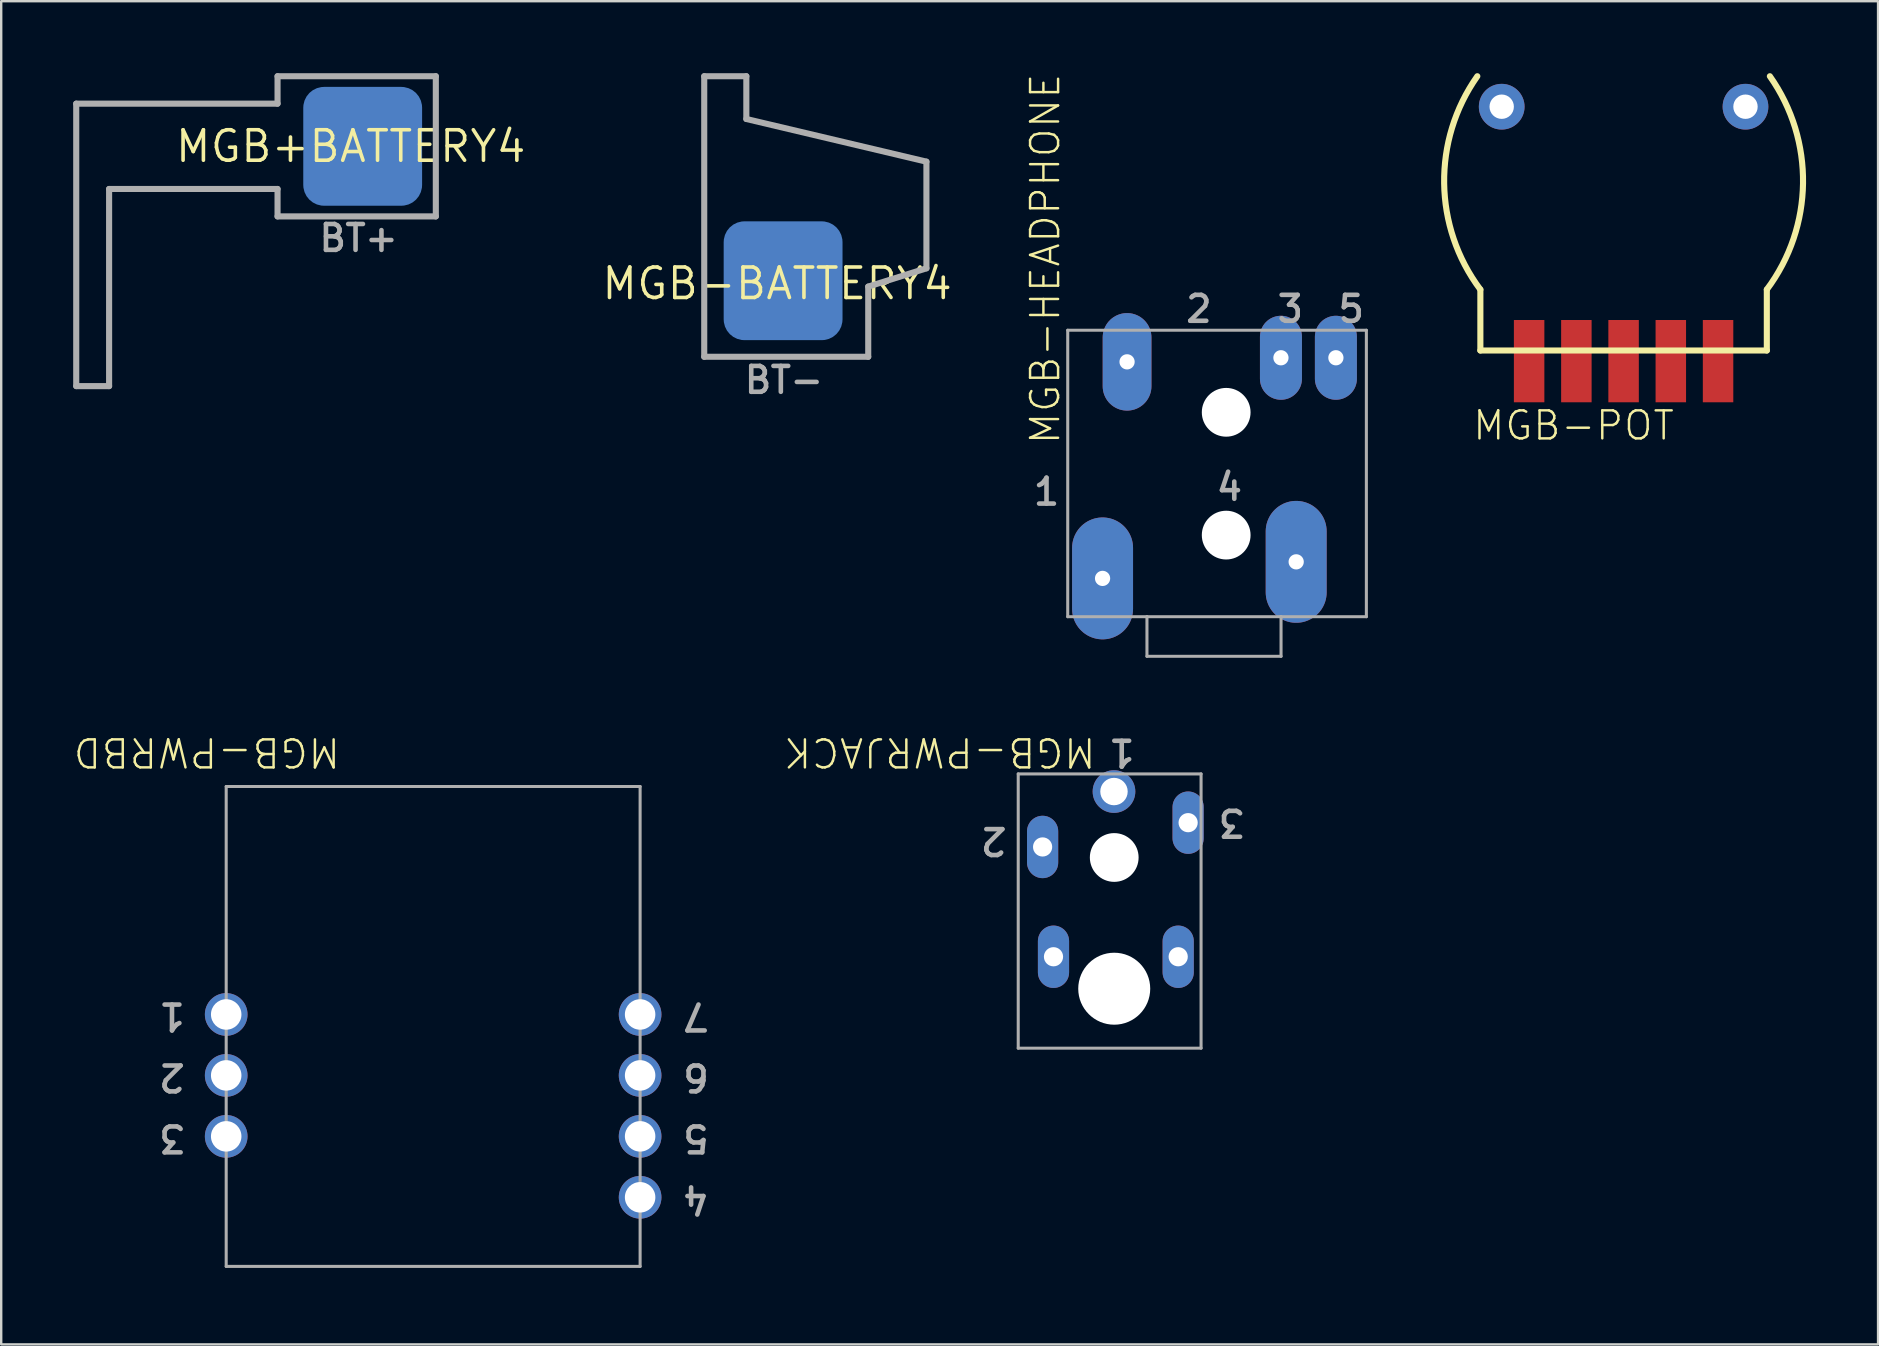
<source format=kicad_pcb>
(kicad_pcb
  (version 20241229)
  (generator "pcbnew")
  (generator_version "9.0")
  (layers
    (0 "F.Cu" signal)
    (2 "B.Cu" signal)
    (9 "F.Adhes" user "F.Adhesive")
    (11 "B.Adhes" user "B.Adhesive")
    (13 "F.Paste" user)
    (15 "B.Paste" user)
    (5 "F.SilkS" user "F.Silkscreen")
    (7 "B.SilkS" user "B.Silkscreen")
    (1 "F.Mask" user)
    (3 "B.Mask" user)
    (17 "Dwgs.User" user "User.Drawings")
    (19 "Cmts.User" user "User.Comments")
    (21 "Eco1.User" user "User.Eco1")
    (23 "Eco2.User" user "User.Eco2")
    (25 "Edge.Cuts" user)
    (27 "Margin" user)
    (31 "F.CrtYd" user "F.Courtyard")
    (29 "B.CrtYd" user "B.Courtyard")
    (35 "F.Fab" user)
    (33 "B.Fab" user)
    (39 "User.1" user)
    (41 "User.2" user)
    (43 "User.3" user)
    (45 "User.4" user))
  (footprint "MGB-PWRBD"
    (layer "F.Cu")
    (at 6.627 49.728)
    (property "Reference" "MGB-PWRBD" (at 4.572 -22.113 180) (unlocked yes) (layer "F.SilkS") (effects (font (size 1.168 1.168) (thickness 0.102)) (justify left bottom)))
    (fp_line (start -0.25 -20) (end -0.25 0) (stroke (width 0.127) (type solid)) (layer "F.Fab"))
    (fp_line (start -0.25 0) (end 17 0) (stroke (width 0.127) (type solid)) (layer "F.Fab"))
    (fp_line (start 17 -20) (end -0.25 -20) (stroke (width 0.127) (type solid)) (layer "F.Fab"))
    (fp_line (start 17 0) (end 17 -20) (stroke (width 0.127) (type solid)) (layer "F.Fab"))
    (fp_text user "6" (at 19.97 -8.515 180) (unlocked yes) (layer "F.Fab") (effects (font (size 1.079 1.079) (thickness 0.191)) (justify left bottom)))
    (fp_text user "1" (at -1.87 -11.055 180) (unlocked yes) (layer "F.Fab") (effects (font (size 1.079 1.079) (thickness 0.191)) (justify left bottom)))
    (fp_text user "7" (at 19.97 -11.055 180) (unlocked yes) (layer "F.Fab") (effects (font (size 1.079 1.079) (thickness 0.191)) (justify left bottom)))
    (fp_text user "4" (at 19.97 -3.435 180) (unlocked yes) (layer "F.Fab") (effects (font (size 1.079 1.079) (thickness 0.191)) (justify left bottom)))
    (fp_text user "3" (at -1.87 -5.975 180) (unlocked yes) (layer "F.Fab") (effects (font (size 1.079 1.079) (thickness 0.191)) (justify left bottom)))
    (fp_text user "2" (at -1.87 -8.515 180) (unlocked yes) (layer "F.Fab") (effects (font (size 1.079 1.079) (thickness 0.191)) (justify left bottom)))
    (fp_text user "5" (at 19.97 -5.975 180) (unlocked yes) (layer "F.Fab") (effects (font (size 1.079 1.079) (thickness 0.191)) (justify left bottom)))
    (pad "1" thru_hole circle (at -0.25 -10.5 90) (size 1.778 1.778) (drill 1.27) (layers "*.Cu" "*.Mask"))
    (pad "2" thru_hole circle (at -0.25 -7.96 90) (size 1.778 1.778) (drill 1.27) (layers "*.Cu" "*.Mask"))
    (pad "3" thru_hole circle (at -0.25 -5.42 90) (size 1.778 1.778) (drill 1.27) (layers "*.Cu" "*.Mask"))
    (pad "4" thru_hole circle (at 17 -2.88 90) (size 1.778 1.778) (drill 1.27) (layers "*.Cu" "*.Mask"))
    (pad "5" thru_hole circle (at 17 -5.42 90) (size 1.778 1.778) (drill 1.27) (layers "*.Cu" "*.Mask"))
    (pad "6" thru_hole circle (at 17 -7.96 90) (size 1.778 1.778) (drill 1.27) (layers "*.Cu" "*.Mask"))
    (pad "7" thru_hole circle (at 17 -10.5 90) (size 1.778 1.778) (drill 1.27) (layers "*.Cu" "*.Mask")))
  (footprint "MGB-PWRJACK"
    (layer "F.Cu")
    (at 47.005 27.933)
    (property "Reference" "MGB-PWRJACK" (at -4.318 -0.318 180) (unlocked yes) (layer "F.SilkS") (effects (font (size 1.168 1.168) (thickness 0.102)) (justify left bottom)))
    (fp_line (start -7.62 1.27) (end -7.62 12.7) (stroke (width 0.127) (type solid)) (layer "F.Fab"))
    (fp_line (start -7.62 12.7) (end 0 12.7) (stroke (width 0.127) (type solid)) (layer "F.Fab"))
    (fp_line (start 0 1.27) (end -7.62 1.27) (stroke (width 0.127) (type solid)) (layer "F.Fab"))
    (fp_line (start 0 1.27) (end 0 12.7) (stroke (width 0.127) (type solid)) (layer "F.Fab"))
    (fp_text user "1" (at -2.667 -0.254 180) (unlocked yes) (layer "F.Fab") (effects (font (size 1.079 1.079) (thickness 0.191)) (justify left bottom)))
    (fp_text user "2" (at -8.001 3.429 180) (unlocked yes) (layer "F.Fab") (effects (font (size 1.079 1.079) (thickness 0.191)) (justify left bottom)))
    (fp_text user "3" (at 1.905 2.667 180) (unlocked yes) (layer "F.Fab") (effects (font (size 1.079 1.079) (thickness 0.191)) (justify left bottom)))
    (pad "" np_thru_hole circle (at -3.619 4.753) (size 2.032 2.032) (drill 2.032) (layers "*.Cu" "*.Mask"))
    (pad "" np_thru_hole circle (at -3.619 10.222) (size 3 3) (drill 3) (layers "*.Cu" "*.Mask"))
    (pad "1" thru_hole circle (at -3.629 2.005 90) (size 1.778 1.778) (drill 1.143) (layers "*.Cu" "*.Mask"))
    (pad "2" thru_hole oval (at -6.604 4.314 90) (size 2.6 1.3) (drill 0.8) (layers "*.Cu" "*.Mask"))
    (pad "3" thru_hole oval (at -0.539 3.302 90) (size 2.6 1.3) (drill 0.8) (layers "*.Cu" "*.Mask"))
    (pad "4" thru_hole oval (at -6.15 8.89 270) (size 2.6 1.3) (drill 0.8) (layers "*.Cu" "*.Mask"))
    (pad "5" thru_hole oval (at -0.953 8.89 90) (size 2.6 1.3) (drill 0.8) (layers "*.Cu" "*.Mask")))
  (footprint "MGB-BATTERY4"
    (layer "F.Cu")
    (at 29.336 8.767)
    (property "Reference" "MGB-BATTERY4" (at 0 0 0) (layer "F.SilkS") (effects (font (size 1.27 1.27) (thickness 0.15))))
    (fp_line (start -3.037 -8.64) (end -3.037 3.052) (stroke (width 0.254) (type solid)) (layer "F.Fab"))
    (fp_line (start -3.037 -8.64) (end -1.282 -8.64) (stroke (width 0.254) (type solid)) (layer "F.Fab"))
    (fp_line (start -3.037 3.052) (end 3.798 3.052) (stroke (width 0.254) (type solid)) (layer "F.Fab"))
    (fp_line (start -1.282 -6.858) (end -1.282 -8.64) (stroke (width 0.254) (type solid)) (layer "F.Fab"))
    (fp_line (start 3.798 3.052) (end 3.798 0.127) (stroke (width 0.254) (type solid)) (layer "F.Fab"))
    (fp_line (start 6.223 -5.08) (end -1.282 -6.858) (stroke (width 0.254) (type solid)) (layer "F.Fab"))
    (fp_line (start 6.223 -5.08) (end 6.223 -0.635) (stroke (width 0.254) (type solid)) (layer "F.Fab"))
    (fp_line (start 6.223 -0.635) (end 3.798 0.127) (stroke (width 0.254) (type solid)) (layer "F.Fab"))
    (fp_text user "BT-" (at -1.46 4.653 0) (unlocked yes) (layer "F.Fab") (effects (font (size 1.079 1.079) (thickness 0.191)) (justify left bottom)))
    (pad "P$1" smd roundrect (at 0.25 -0.117) (size 4.953 4.953) (layers "B.Cu" "B.Mask" "B.Paste") (roundrect_rratio 0.175))
    (pad "P$3" smd roundrect (at 0.743 1.143) (size 2.959 1.397) (layers "F.Cu" "F.Mask") (roundrect_rratio 0.5))
    (pad "P$4" smd roundrect (at 0.26 -1.397) (size 3.937 1.397) (layers "F.Cu" "F.Mask") (roundrect_rratio 0.5)))
  (footprint "MGB-POT"
    (layer "F.Cu")
    (at 64.614 6.477)
    (property "Reference" "MGB-POT" (at -6.35 8.89 0) (unlocked yes) (layer "F.SilkS") (effects (font (size 1.168 1.168) (thickness 0.102)) (justify left bottom)))
    (fp_line (start -5.969 5.08) (end -5.969 2.54) (stroke (width 0.254) (type solid)) (layer "F.SilkS"))
    (fp_line (start 5.969 2.54) (end 5.969 5.08) (stroke (width 0.254) (type solid)) (layer "F.SilkS"))
    (fp_line (start 5.969 5.08) (end -5.969 5.08) (stroke (width 0.254) (type solid)) (layer "F.SilkS"))
    (fp_arc (start -5.969 2.54) (mid -7.477942 -1.88435) (end -6.096 -6.349999) (stroke (width 0.254) (type solid)) (layer "F.SilkS"))
    (fp_arc (start 6.096 -6.349999) (mid 7.477942 -1.88435) (end 5.969 2.54) (stroke (width 0.254) (type solid)) (layer "F.SilkS"))
    (pad "P$1" smd rect (at -3.937 5.524 90) (size 3.429 1.27) (layers "F.Cu" "F.Mask" "F.Paste"))
    (pad "P$2" smd rect (at -1.968 5.524 180) (size 1.27 3.429) (layers "F.Cu" "F.Mask" "F.Paste"))
    (pad "P$3" smd rect (at 0 5.524 180) (size 1.27 3.429) (layers "F.Cu" "F.Mask" "F.Paste"))
    (pad "P$4" smd rect (at 1.968 5.524) (size 1.27 3.429) (layers "F.Cu" "F.Mask" "F.Paste"))
    (pad "P$5" smd rect (at 3.937 5.524 180) (size 1.27 3.429) (layers "F.Cu" "F.Mask" "F.Paste"))
    (pad "P$6" thru_hole circle (at -5.08 -5.08) (size 1.905 1.905) (drill 1.016) (layers "*.Cu" "*.Mask"))
    (pad "P$7" thru_hole circle (at 5.08 -5.08) (size 1.905 1.905) (drill 1.016) (layers "*.Cu" "*.Mask")))
  (footprint "MGB+BATTERY4"
    (layer "F.Cu")
    (at 11.565 3.048)
    (property "Reference" "MGB+BATTERY4" (at 0 0 0) (layer "F.SilkS") (effects (font (size 1.27 1.27) (thickness 0.15))))
    (fp_line (start -11.438 -1.778) (end -11.438 9.994) (stroke (width 0.254) (type solid)) (layer "F.Fab"))
    (fp_line (start -11.438 9.994) (end -10.068 9.994) (stroke (width 0.254) (type solid)) (layer "F.Fab"))
    (fp_line (start -10.068 1.778) (end -10.068 9.994) (stroke (width 0.254) (type solid)) (layer "F.Fab"))
    (fp_line (start -3.048 -2.921) (end -3.048 -1.778) (stroke (width 0.254) (type solid)) (layer "F.Fab"))
    (fp_line (start -3.048 -2.921) (end 3.548 -2.921) (stroke (width 0.254) (type solid)) (layer "F.Fab"))
    (fp_line (start -3.048 -1.778) (end -11.438 -1.778) (stroke (width 0.254) (type solid)) (layer "F.Fab"))
    (fp_line (start -3.048 1.778) (end -10.068 1.778) (stroke (width 0.254) (type solid)) (layer "F.Fab"))
    (fp_line (start -3.048 2.921) (end -3.048 1.778) (stroke (width 0.254) (type solid)) (layer "F.Fab"))
    (fp_line (start -3.048 2.921) (end 3.548 2.921) (stroke (width 0.254) (type solid)) (layer "F.Fab"))
    (fp_line (start 3.548 2.921) (end 3.548 -2.921) (stroke (width 0.254) (type solid)) (layer "F.Fab"))
    (fp_text user "BT+" (at -1.413 4.457 0) (unlocked yes) (layer "F.Fab") (effects (font (size 1.079 1.079) (thickness 0.191)) (justify left bottom)))
    (pad "P$1" smd roundrect (at 0.5 0) (size 4.953 4.953) (layers "B.Cu" "B.Mask" "B.Paste") (roundrect_rratio 0.175))
    (pad "P$2" smd roundrect (at 0.997 -1.27) (size 2.959 1.397) (layers "F.Cu" "F.Mask") (roundrect_rratio 0.5))
    (pad "P$3" smd roundrect (at 0.514 1.27) (size 3.937 1.397) (layers "F.Cu" "F.Mask") (roundrect_rratio 0.5)))
  (footprint "MGB-HEADPHONE"
    (layer "F.Cu")
    (at 47.544 16.809)
    (property "Reference" "MGB-HEADPHONE" (at -6.35 -1.27 90) (unlocked yes) (layer "F.SilkS") (effects (font (size 1.168 1.168) (thickness 0.102)) (justify left bottom)))
    (fp_line (start -6.096 -6.096) (end 6.35 -6.096) (stroke (width 0.127) (type solid)) (layer "F.Fab"))
    (fp_line (start -6.096 5.842) (end -6.096 -6.096) (stroke (width 0.127) (type solid)) (layer "F.Fab"))
    (fp_line (start -2.794 5.842) (end -6.096 5.842) (stroke (width 0.127) (type solid)) (layer "F.Fab"))
    (fp_line (start -2.794 5.842) (end -2.794 7.493) (stroke (width 0.127) (type solid)) (layer "F.Fab"))
    (fp_line (start -2.794 7.493) (end 2.794 7.493) (stroke (width 0.127) (type solid)) (layer "F.Fab"))
    (fp_line (start 2.794 5.842) (end -2.794 5.842) (stroke (width 0.127) (type solid)) (layer "F.Fab"))
    (fp_line (start 2.794 7.493) (end 2.794 5.842) (stroke (width 0.127) (type solid)) (layer "F.Fab"))
    (fp_line (start 6.35 -6.096) (end 6.35 5.842) (stroke (width 0.127) (type solid)) (layer "F.Fab"))
    (fp_line (start 6.35 5.842) (end 2.794 5.842) (stroke (width 0.127) (type solid)) (layer "F.Fab"))
    (fp_text user "4" (at 0 1.07 0) (unlocked yes) (layer "F.Fab") (effects (font (size 1.079 1.079) (thickness 0.191)) (justify left bottom)))
    (fp_text user "1" (at -7.62 1.27 0) (unlocked yes) (layer "F.Fab") (effects (font (size 1.079 1.079) (thickness 0.191)) (justify left bottom)))
    (fp_text user "5" (at 5.08 -6.35 0) (unlocked yes) (layer "F.Fab") (effects (font (size 1.079 1.079) (thickness 0.191)) (justify left bottom)))
    (fp_text user "3" (at 2.54 -6.35 0) (unlocked yes) (layer "F.Fab") (effects (font (size 1.079 1.079) (thickness 0.191)) (justify left bottom)))
    (fp_text user "2" (at -1.27 -6.35 0) (unlocked yes) (layer "F.Fab") (effects (font (size 1.079 1.079) (thickness 0.191)) (justify left bottom)))
    (pad "" np_thru_hole circle (at 0.508 -2.676) (size 2.032 2.032) (drill 2.032) (layers "*.Cu" "*.Mask"))
    (pad "" np_thru_hole circle (at 0.508 2.442) (size 2.032 2.032) (drill 2.032) (layers "*.Cu" "*.Mask"))
    (pad "GND" thru_hole oval (at -4.644 4.246 90) (size 5.08 2.54) (drill 0.635) (layers "*.Cu" "*.Mask"))
    (pad "L" thru_hole oval (at -3.623 -4.779 270) (size 4.064 2.032) (drill 0.635) (layers "*.Cu" "*.Mask"))
    (pad "R" thru_hole oval (at 2.79 -4.949 270) (size 3.5 1.75) (drill 0.635) (layers "*.Cu" "*.Mask"))
    (pad "SW" thru_hole oval (at 5.08 -4.949 90) (size 3.5 1.75) (drill 0.635) (layers "*.Cu" "*.Mask"))
    (pad "SWGND" thru_hole oval (at 3.425 3.556 90) (size 5.08 2.54) (drill 0.635) (layers "*.Cu" "*.Mask")))
  (gr_rect
    (start -3 -3)
    (end 75.219 52.978)
    (stroke (width 0.1) (type default))
    (fill no)
    (layer "Edge.Cuts")))
</source>
